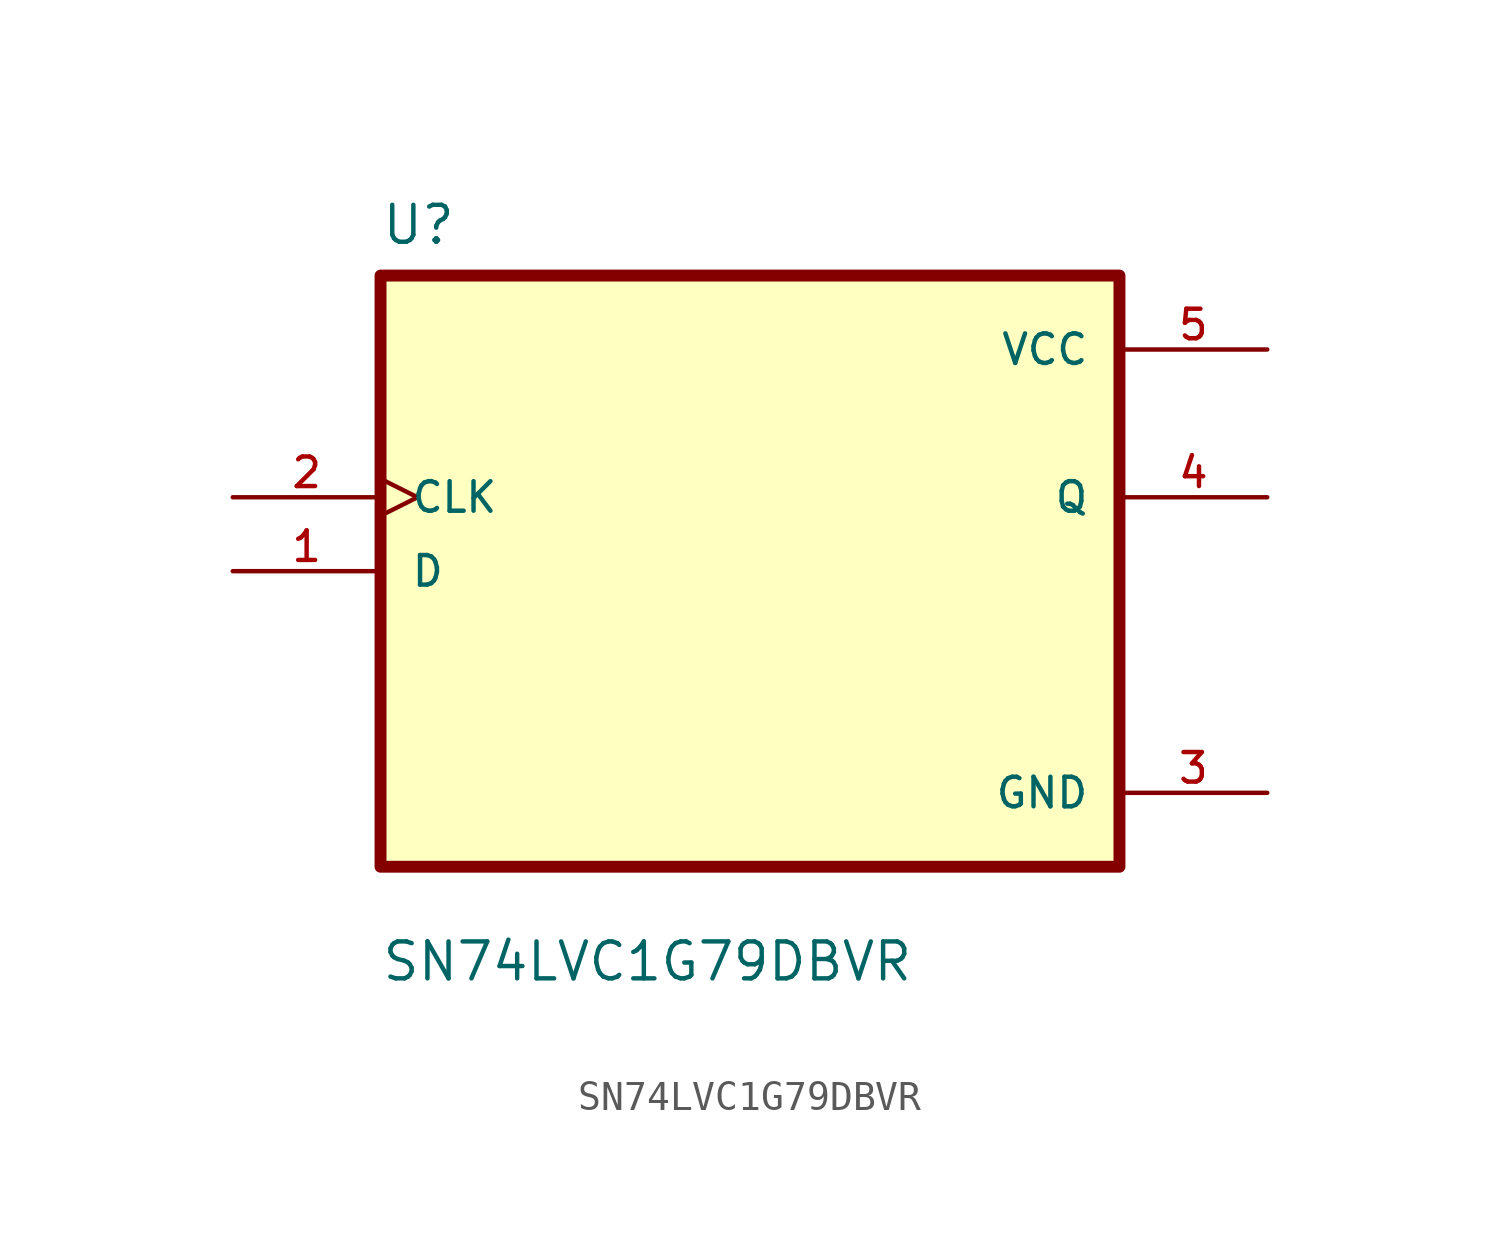
<source format=kicad_sym>
(kicad_symbol_lib
  (version 20211014)
  (generator kicad_symbol_editor)
  (symbol "SN74LVC1G79DBVR"
    (pin_names
      (offset 1.016))
    (property "Reference" "U"
      (at -12.7 11.16 0.0)
      (effects (font (size 1.27 1.27)) (justify bottom left)))
    (property "Value" "SN74LVC1G79DBVR"
      (at -12.7 -14.16 0.0)
      (effects (font (size 1.27 1.27)) (justify bottom left)))
    (symbol "SN74LVC1G79DBVR_0_0"
      (rectangle (start -12.7 -10.16) (end 12.7 10.16) (stroke (width 0.41)) (fill (type background)))
      (pin input clock (at -17.78 2.54 0) (length 5.08) (name "CLK" (effects (font (size 1.016 1.016)))) (number "2" (effects (font (size 1.016 1.016)))))
      (pin input line (at -17.78 0.0 0) (length 5.08) (name "D" (effects (font (size 1.016 1.016)))) (number "1" (effects (font (size 1.016 1.016)))))
      (pin power_in line (at 17.78 7.62 180.0) (length 5.08) (name "VCC" (effects (font (size 1.016 1.016)))) (number "5" (effects (font (size 1.016 1.016)))))
      (pin output line (at 17.78 2.54 180.0) (length 5.08) (name "Q" (effects (font (size 1.016 1.016)))) (number "4" (effects (font (size 1.016 1.016)))))
      (pin power_in line (at 17.78 -7.62 180.0) (length 5.08) (name "GND" (effects (font (size 1.016 1.016)))) (number "3" (effects (font (size 1.016 1.016))))))))
</source>
